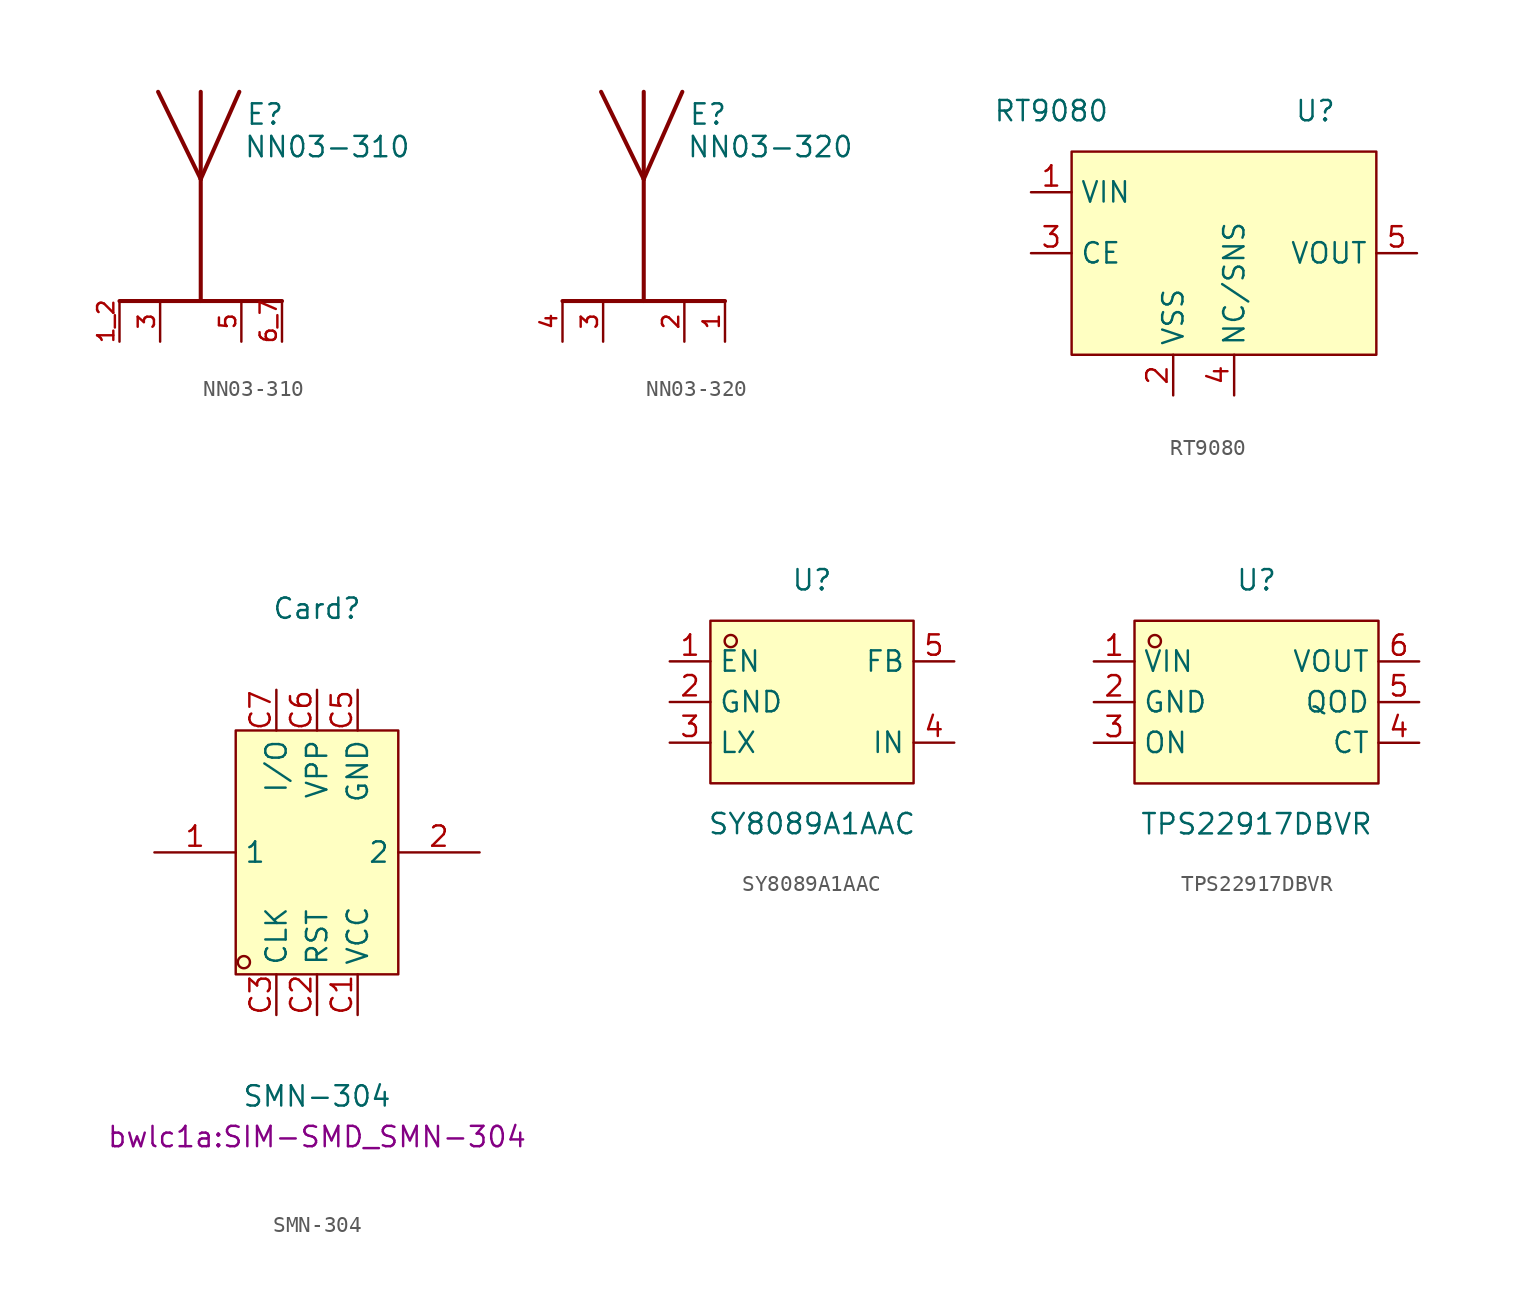
<source format=kicad_sym>
(kicad_symbol_lib
  (version 20231120)
  (generator "kicad_symbol_editor")
  (generator_version "8.0")
  (symbol "NN03-310"
    (pin_names
      (offset 1.016))
    (property "Reference" "E"
      (at 2.8 5.85 0)
      (effects (font (size 1.27 1.27)) (justify left bottom)))
    (property "Value" "NN03-310"
      (at 2.673 3.813 0)
      (effects (font (size 1.27 1.27)) (justify left bottom)))
    (symbol "NN03-310_0_0"
      (polyline (pts (xy -5.08 -5.08) (xy 5.08 -5.08)) (stroke (width 0.254) (type default)) (fill (type none)))
      (polyline (pts (xy 0 2.54) (xy -2.667 8.001)) (stroke (width 0.254) (type default)) (fill (type none)))
      (polyline (pts (xy 0 2.54) (xy 0 -5.08)) (stroke (width 0.254) (type default)) (fill (type none)))
      (polyline (pts (xy 0 8.001) (xy 0 2.54)) (stroke (width 0.254) (type default)) (fill (type none)))
      (polyline (pts (xy 2.413 8.001) (xy 0 2.54)) (stroke (width 0.254) (type default)) (fill (type none)))
      (pin input line (at -5.08 -7.62 90) (length 2.54) (name "~" (effects (font (size 1.016 1.016)))) (number "1_2" (effects (font (size 1.016 1.016)))))
      (pin passive line (at -2.54 -7.62 90) (length 2.54) (name "~" (effects (font (size 1.016 1.016)))) (number "3" (effects (font (size 1.016 1.016)))))
      (pin passive line (at 2.54 -7.62 90) (length 2.54) (name "~" (effects (font (size 1.016 1.016)))) (number "5" (effects (font (size 1.016 1.016)))))
      (pin passive line (at 5.08 -7.62 90) (length 2.54) (name "~" (effects (font (size 1.016 1.016)))) (number "6_7" (effects (font (size 1.016 1.016)))))))
  (symbol "NN03-320"
    (pin_names
      (offset 1.016))
    (property "Reference" "E"
      (at 2.8 5.85 0)
      (effects (font (size 1.27 1.27)) (justify left bottom)))
    (property "Value" "NN03-320"
      (at 2.673 3.813 0)
      (effects (font (size 1.27 1.27)) (justify left bottom)))
    (symbol "NN03-320_0_0"
      (polyline (pts (xy -5.08 -5.08) (xy 5.08 -5.08)) (stroke (width 0.254) (type default)) (fill (type none)))
      (polyline (pts (xy 0 2.54) (xy -2.667 8.001)) (stroke (width 0.254) (type default)) (fill (type none)))
      (polyline (pts (xy 0 2.54) (xy 0 -5.08)) (stroke (width 0.254) (type default)) (fill (type none)))
      (polyline (pts (xy 0 8.001) (xy 0 2.54)) (stroke (width 0.254) (type default)) (fill (type none)))
      (polyline (pts (xy 2.413 8.001) (xy 0 2.54)) (stroke (width 0.254) (type default)) (fill (type none))))
    (symbol "NN03-320_1_0"
      (pin passive line (at 5.08 -7.62 90) (length 2.54) (name "~" (effects (font (size 1.016 1.016)))) (number "1" (effects (font (size 1.016 1.016)))))
      (pin passive line (at 2.54 -7.62 90) (length 2.54) (name "~" (effects (font (size 1.016 1.016)))) (number "2" (effects (font (size 1.016 1.016)))))
      (pin passive line (at -2.54 -7.62 90) (length 2.54) (name "~" (effects (font (size 1.016 1.016)))) (number "3" (effects (font (size 1.016 1.016)))))
      (pin input line (at -5.08 -7.62 90) (length 2.54) (name "~" (effects (font (size 1.016 1.016)))) (number "4" (effects (font (size 1.016 1.016)))))))
  (symbol "RT9080"
    (property "Reference" "U"
      (at 5.08 8.89 0)
      (effects (font (size 1.27 1.27))))
    (property "Value" "RT9080"
      (at -11.43 8.89 0)
      (effects (font (size 1.27 1.27))))
    (symbol "RT9080_1_1"
      (rectangle (start -10.16 6.35) (end 8.89 -6.35) (stroke (width 0) (type default)) (fill (type background)))
      (pin power_in line (at -12.7 3.81 0) (length 2.54) (name "VIN" (effects (font (size 1.27 1.27)))) (number "1" (effects (font (size 1.27 1.27)))))
      (pin power_in line (at -3.81 -8.89 90) (length 2.54) (name "VSS" (effects (font (size 1.27 1.27)))) (number "2" (effects (font (size 1.27 1.27)))))
      (pin input line (at -12.7 0 0) (length 2.54) (name "CE" (effects (font (size 1.27 1.27)))) (number "3" (effects (font (size 1.27 1.27)))))
      (pin input line (at 0 -8.89 90) (length 2.54) (name "NC/SNS" (effects (font (size 1.27 1.27)))) (number "4" (effects (font (size 1.27 1.27)))))
      (pin power_out line (at 11.43 0 180) (length 2.54) (name "VOUT" (effects (font (size 1.27 1.27)))) (number "5" (effects (font (size 1.27 1.27)))))))
  (symbol "SMN-304"
    (property "Reference" "Card"
      (at 0 15.24 0)
      (effects (font (size 1.27 1.27))))
    (property "Value" "SMN-304"
      (at 0 -15.24 0)
      (effects (font (size 1.27 1.27))))
    (property "Footprint" "bwlc1a:SIM-SMD_SMN-304"
      (at 0 -17.78 0)
      (effects (font (size 1.27 1.27))))
    (symbol "SMN-304_0_1"
      (rectangle (start -5.08 7.62) (end 5.08 -7.62) (stroke (width 0) (type default)) (fill (type background)))
      (circle (center -4.57 -6.86) (radius 0.38) (stroke (width 0) (type default)) (fill (type none)))
      (pin unspecified line (at -10.16 0 0) (length 5.08) (name "1" (effects (font (size 1.27 1.27)))) (number "1" (effects (font (size 1.27 1.27)))))
      (pin unspecified line (at 10.16 0 180) (length 5.08) (name "2" (effects (font (size 1.27 1.27)))) (number "2" (effects (font (size 1.27 1.27)))))
      (pin unspecified line (at 2.54 -10.16 90) (length 2.54) (name "VCC" (effects (font (size 1.27 1.27)))) (number "C1" (effects (font (size 1.27 1.27)))))
      (pin unspecified line (at 0 -10.16 90) (length 2.54) (name "RST" (effects (font (size 1.27 1.27)))) (number "C2" (effects (font (size 1.27 1.27)))))
      (pin unspecified line (at -2.54 -10.16 90) (length 2.54) (name "CLK" (effects (font (size 1.27 1.27)))) (number "C3" (effects (font (size 1.27 1.27)))))
      (pin unspecified line (at 2.54 10.16 270) (length 2.54) (name "GND" (effects (font (size 1.27 1.27)))) (number "C5" (effects (font (size 1.27 1.27)))))
      (pin unspecified line (at 0 10.16 270) (length 2.54) (name "VPP" (effects (font (size 1.27 1.27)))) (number "C6" (effects (font (size 1.27 1.27)))))
      (pin unspecified line (at -2.54 10.16 270) (length 2.54) (name "I/O" (effects (font (size 1.27 1.27)))) (number "C7" (effects (font (size 1.27 1.27)))))))
  (symbol "SY8089A1AAC"
    (property "Reference" "U"
      (at 0 7.62 0)
      (effects (font (size 1.27 1.27))))
    (property "Value" "SY8089A1AAC"
      (at 0 -7.62 0)
      (effects (font (size 1.27 1.27))))
    (symbol "SY8089A1AAC_0_1"
      (rectangle (start -6.35 5.08) (end 6.35 -5.08) (stroke (width 0) (type default)) (fill (type background)))
      (circle (center -5.08 3.81) (radius 0.38) (stroke (width 0) (type default)) (fill (type none))))
    (symbol "SY8089A1AAC_1_1"
      (pin input line (at -8.89 2.54 0) (length 2.54) (name "EN" (effects (font (size 1.27 1.27)))) (number "1" (effects (font (size 1.27 1.27)))))
      (pin power_in line (at -8.89 0 0) (length 2.54) (name "GND" (effects (font (size 1.27 1.27)))) (number "2" (effects (font (size 1.27 1.27)))))
      (pin power_in line (at -8.89 -2.54 0) (length 2.54) (name "LX" (effects (font (size 1.27 1.27)))) (number "3" (effects (font (size 1.27 1.27)))))
      (pin power_in line (at 8.89 -2.54 180) (length 2.54) (name "IN" (effects (font (size 1.27 1.27)))) (number "4" (effects (font (size 1.27 1.27)))))
      (pin power_out line (at 8.89 2.54 180) (length 2.54) (name "FB" (effects (font (size 1.27 1.27)))) (number "5" (effects (font (size 1.27 1.27)))))))
  (symbol "TPS22917DBVR"
    (property "Reference" "U"
      (at 0 7.62 0)
      (effects (font (size 1.27 1.27))))
    (property "Value" "TPS22917DBVR"
      (at 0 -7.62 0)
      (effects (font (size 1.27 1.27))))
    (symbol "TPS22917DBVR_0_1"
      (rectangle (start -7.62 5.08) (end 7.62 -5.08) (stroke (width 0) (type default)) (fill (type background)))
      (circle (center -6.35 3.81) (radius 0.38) (stroke (width 0) (type default)) (fill (type none)))
      (pin unspecified line (at -10.16 2.54 0) (length 2.54) (name "VIN" (effects (font (size 1.27 1.27)))) (number "1" (effects (font (size 1.27 1.27)))))
      (pin unspecified line (at -10.16 0 0) (length 2.54) (name "GND" (effects (font (size 1.27 1.27)))) (number "2" (effects (font (size 1.27 1.27)))))
      (pin unspecified line (at -10.16 -2.54 0) (length 2.54) (name "ON" (effects (font (size 1.27 1.27)))) (number "3" (effects (font (size 1.27 1.27)))))
      (pin unspecified line (at 10.16 -2.54 180) (length 2.54) (name "CT" (effects (font (size 1.27 1.27)))) (number "4" (effects (font (size 1.27 1.27)))))
      (pin unspecified line (at 10.16 0 180) (length 2.54) (name "QOD" (effects (font (size 1.27 1.27)))) (number "5" (effects (font (size 1.27 1.27)))))
      (pin unspecified line (at 10.16 2.54 180) (length 2.54) (name "VOUT" (effects (font (size 1.27 1.27)))) (number "6" (effects (font (size 1.27 1.27))))))))
</source>
